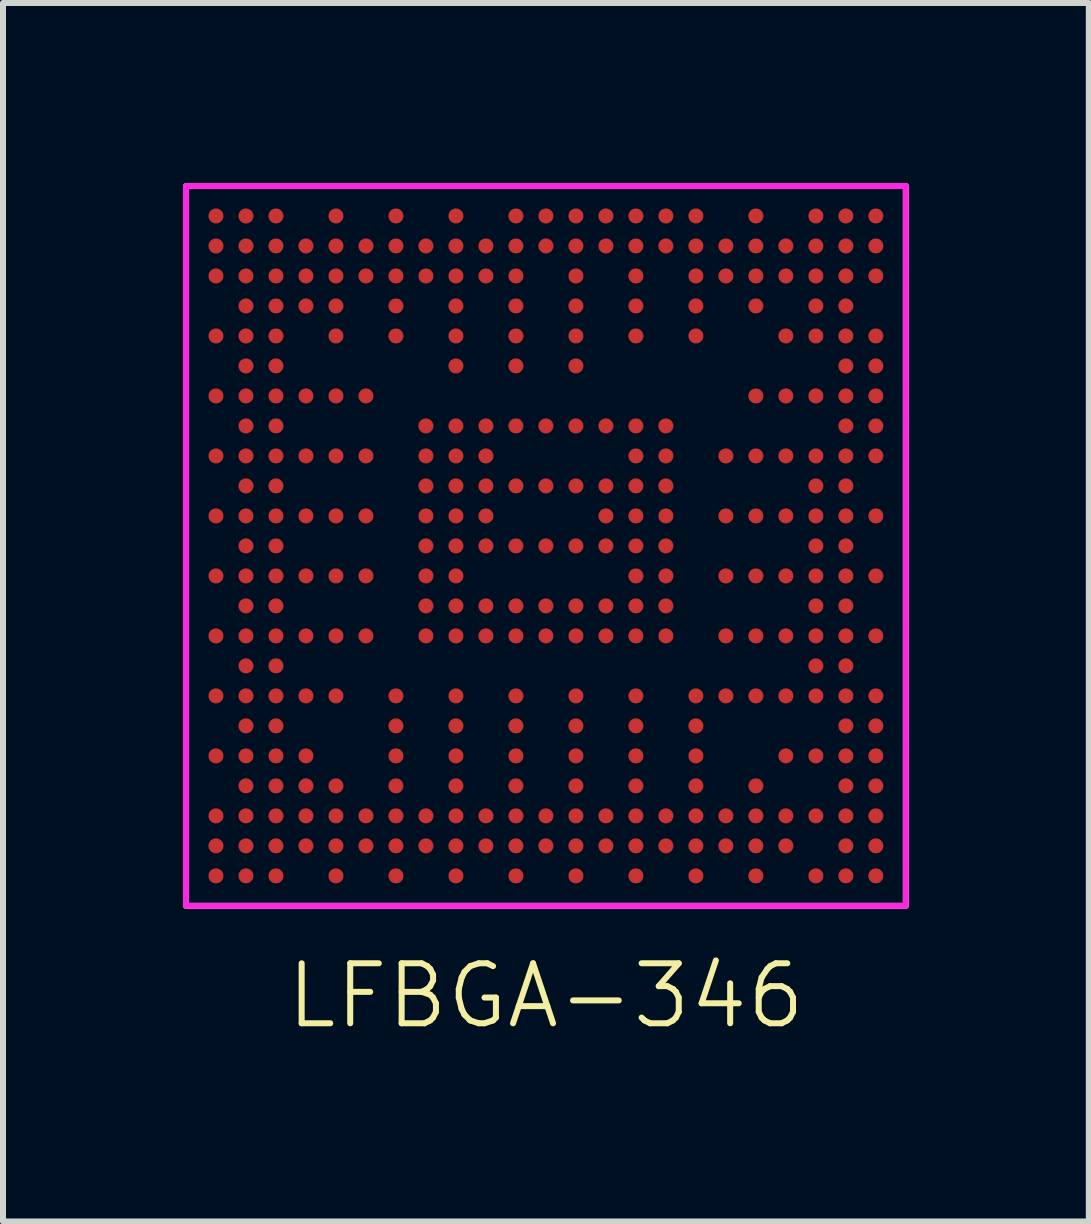
<source format=kicad_pcb>
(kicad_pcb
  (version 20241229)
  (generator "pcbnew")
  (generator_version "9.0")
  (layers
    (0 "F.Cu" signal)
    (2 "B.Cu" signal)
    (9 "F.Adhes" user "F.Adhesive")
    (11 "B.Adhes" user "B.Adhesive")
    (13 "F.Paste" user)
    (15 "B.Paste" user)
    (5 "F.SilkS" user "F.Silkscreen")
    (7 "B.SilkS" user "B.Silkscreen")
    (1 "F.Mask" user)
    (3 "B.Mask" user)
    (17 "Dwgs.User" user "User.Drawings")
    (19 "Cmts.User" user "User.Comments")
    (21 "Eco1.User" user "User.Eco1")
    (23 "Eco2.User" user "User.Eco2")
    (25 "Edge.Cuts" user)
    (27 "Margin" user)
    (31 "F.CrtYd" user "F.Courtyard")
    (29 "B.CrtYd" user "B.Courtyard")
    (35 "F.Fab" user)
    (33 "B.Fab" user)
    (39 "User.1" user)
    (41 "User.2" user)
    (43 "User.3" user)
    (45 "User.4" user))
  (footprint "LFBGA-346"
    (layer "F.Cu")
    (at 6.05 6.05)
    (property "Reference" "LFBGA-346" (at 0 7.5 0) (unlocked yes) (layer "F.SilkS") (effects (font (size 1 1) (thickness 0.1))))
    (attr smd)
    (fp_rect (start -6 -6) (end 6 6) (stroke (width 0.1) (type solid)) (fill no) (layer "F.SilkS"))
    (fp_rect (start -6 -6) (end 6 6) (stroke (width 0.1) (type solid)) (fill no) (layer "F.CrtYd"))
    (pad "A1" smd circle (at -5.5 -5.5) (size 0.25 0.25) (layers "F.Cu" "F.Mask" "F.Paste"))
    (pad "A2" smd circle (at -5 -5.5) (size 0.25 0.25) (layers "F.Cu" "F.Mask" "F.Paste"))
    (pad "A3" smd circle (at -4.5 -5.5) (size 0.25 0.25) (layers "F.Cu" "F.Mask" "F.Paste"))
    (pad "A5" smd circle (at -3.5 -5.5) (size 0.25 0.25) (layers "F.Cu" "F.Mask" "F.Paste"))
    (pad "A7" smd circle (at -2.5 -5.5) (size 0.25 0.25) (layers "F.Cu" "F.Mask" "F.Paste"))
    (pad "A9" smd circle (at -1.5 -5.5) (size 0.25 0.25) (layers "F.Cu" "F.Mask" "F.Paste"))
    (pad "A11" smd circle (at -0.5 -5.5) (size 0.25 0.25) (layers "F.Cu" "F.Mask" "F.Paste"))
    (pad "A12" smd circle (at 0 -5.5) (size 0.25 0.25) (layers "F.Cu" "F.Mask" "F.Paste"))
    (pad "A13" smd circle (at 0.5 -5.5) (size 0.25 0.25) (layers "F.Cu" "F.Mask" "F.Paste"))
    (pad "A14" smd circle (at 1 -5.5) (size 0.25 0.25) (layers "F.Cu" "F.Mask" "F.Paste"))
    (pad "A15" smd circle (at 1.5 -5.5) (size 0.25 0.25) (layers "F.Cu" "F.Mask" "F.Paste"))
    (pad "A16" smd circle (at 2 -5.5) (size 0.25 0.25) (layers "F.Cu" "F.Mask" "F.Paste"))
    (pad "A17" smd circle (at 2.5 -5.5) (size 0.25 0.25) (layers "F.Cu" "F.Mask" "F.Paste"))
    (pad "A19" smd circle (at 3.5 -5.5) (size 0.25 0.25) (layers "F.Cu" "F.Mask" "F.Paste"))
    (pad "A21" smd circle (at 4.5 -5.5) (size 0.25 0.25) (layers "F.Cu" "F.Mask" "F.Paste"))
    (pad "A22" smd circle (at 5 -5.5) (size 0.25 0.25) (layers "F.Cu" "F.Mask" "F.Paste"))
    (pad "A23" smd circle (at 5.5 -5.5) (size 0.25 0.25) (layers "F.Cu" "F.Mask" "F.Paste"))
    (pad "AA1" smd circle (at -5.5 4.5) (size 0.25 0.25) (layers "F.Cu" "F.Mask" "F.Paste"))
    (pad "AA2" smd circle (at -5 4.5) (size 0.25 0.25) (layers "F.Cu" "F.Mask" "F.Paste"))
    (pad "AA3" smd circle (at -4.5 4.5) (size 0.25 0.25) (layers "F.Cu" "F.Mask" "F.Paste"))
    (pad "AA4" smd circle (at -4 4.5) (size 0.25 0.25) (layers "F.Cu" "F.Mask" "F.Paste"))
    (pad "AA5" smd circle (at -3.5 4.5) (size 0.25 0.25) (layers "F.Cu" "F.Mask" "F.Paste"))
    (pad "AA6" smd circle (at -3 4.5) (size 0.25 0.25) (layers "F.Cu" "F.Mask" "F.Paste"))
    (pad "AA7" smd circle (at -2.5 4.5) (size 0.25 0.25) (layers "F.Cu" "F.Mask" "F.Paste"))
    (pad "AA8" smd circle (at -2 4.5) (size 0.25 0.25) (layers "F.Cu" "F.Mask" "F.Paste"))
    (pad "AA9" smd circle (at -1.5 4.5) (size 0.25 0.25) (layers "F.Cu" "F.Mask" "F.Paste"))
    (pad "AA10" smd circle (at -1 4.5) (size 0.25 0.25) (layers "F.Cu" "F.Mask" "F.Paste"))
    (pad "AA11" smd circle (at -0.5 4.5) (size 0.25 0.25) (layers "F.Cu" "F.Mask" "F.Paste"))
    (pad "AA12" smd circle (at 0 4.5) (size 0.25 0.25) (layers "F.Cu" "F.Mask" "F.Paste"))
    (pad "AA13" smd circle (at 0.5 4.5) (size 0.25 0.25) (layers "F.Cu" "F.Mask" "F.Paste"))
    (pad "AA14" smd circle (at 1 4.5) (size 0.25 0.25) (layers "F.Cu" "F.Mask" "F.Paste"))
    (pad "AA15" smd circle (at 1.5 4.5) (size 0.25 0.25) (layers "F.Cu" "F.Mask" "F.Paste"))
    (pad "AA16" smd circle (at 2 4.5) (size 0.25 0.25) (layers "F.Cu" "F.Mask" "F.Paste"))
    (pad "AA17" smd circle (at 2.5 4.5) (size 0.25 0.25) (layers "F.Cu" "F.Mask" "F.Paste"))
    (pad "AA18" smd circle (at 3 4.5) (size 0.25 0.25) (layers "F.Cu" "F.Mask" "F.Paste"))
    (pad "AA19" smd circle (at 3.5 4.5) (size 0.25 0.25) (layers "F.Cu" "F.Mask" "F.Paste"))
    (pad "AA20" smd circle (at 4 4.5) (size 0.25 0.25) (layers "F.Cu" "F.Mask" "F.Paste"))
    (pad "AA21" smd circle (at 4.5 4.5) (size 0.25 0.25) (layers "F.Cu" "F.Mask" "F.Paste"))
    (pad "AA22" smd circle (at 5 4.5) (size 0.25 0.25) (layers "F.Cu" "F.Mask" "F.Paste"))
    (pad "AA23" smd circle (at 5.5 4.5) (size 0.25 0.25) (layers "F.Cu" "F.Mask" "F.Paste"))
    (pad "AB1" smd circle (at -5.5 5) (size 0.25 0.25) (layers "F.Cu" "F.Mask" "F.Paste"))
    (pad "AB2" smd circle (at -5 5) (size 0.25 0.25) (layers "F.Cu" "F.Mask" "F.Paste"))
    (pad "AB3" smd circle (at -4.5 5) (size 0.25 0.25) (layers "F.Cu" "F.Mask" "F.Paste"))
    (pad "AB4" smd circle (at -4 5) (size 0.25 0.25) (layers "F.Cu" "F.Mask" "F.Paste"))
    (pad "AB5" smd circle (at -3.5 5) (size 0.25 0.25) (layers "F.Cu" "F.Mask" "F.Paste"))
    (pad "AB6" smd circle (at -3 5) (size 0.25 0.25) (layers "F.Cu" "F.Mask" "F.Paste"))
    (pad "AB7" smd circle (at -2.5 5) (size 0.25 0.25) (layers "F.Cu" "F.Mask" "F.Paste"))
    (pad "AB8" smd circle (at -2 5) (size 0.25 0.25) (layers "F.Cu" "F.Mask" "F.Paste"))
    (pad "AB9" smd circle (at -1.5 5) (size 0.25 0.25) (layers "F.Cu" "F.Mask" "F.Paste"))
    (pad "AB10" smd circle (at -1 5) (size 0.25 0.25) (layers "F.Cu" "F.Mask" "F.Paste"))
    (pad "AB11" smd circle (at -0.5 5) (size 0.25 0.25) (layers "F.Cu" "F.Mask" "F.Paste"))
    (pad "AB12" smd circle (at 0 5) (size 0.25 0.25) (layers "F.Cu" "F.Mask" "F.Paste"))
    (pad "AB13" smd circle (at 0.5 5) (size 0.25 0.25) (layers "F.Cu" "F.Mask" "F.Paste"))
    (pad "AB14" smd circle (at 1 5) (size 0.25 0.25) (layers "F.Cu" "F.Mask" "F.Paste"))
    (pad "AB15" smd circle (at 1.5 5) (size 0.25 0.25) (layers "F.Cu" "F.Mask" "F.Paste"))
    (pad "AB16" smd circle (at 2 5) (size 0.25 0.25) (layers "F.Cu" "F.Mask" "F.Paste"))
    (pad "AB17" smd circle (at 2.5 5) (size 0.25 0.25) (layers "F.Cu" "F.Mask" "F.Paste"))
    (pad "AB18" smd circle (at 3 5) (size 0.25 0.25) (layers "F.Cu" "F.Mask" "F.Paste"))
    (pad "AB19" smd circle (at 3.5 5) (size 0.25 0.25) (layers "F.Cu" "F.Mask" "F.Paste"))
    (pad "AB20" smd circle (at 4 5) (size 0.25 0.25) (layers "F.Cu" "F.Mask" "F.Paste"))
    (pad "AB22" smd circle (at 5 5) (size 0.25 0.25) (layers "F.Cu" "F.Mask" "F.Paste"))
    (pad "AB23" smd circle (at 5.5 5) (size 0.25 0.25) (layers "F.Cu" "F.Mask" "F.Paste"))
    (pad "AC1" smd circle (at -5.5 5.5) (size 0.25 0.25) (layers "F.Cu" "F.Mask" "F.Paste"))
    (pad "AC2" smd circle (at -5 5.5) (size 0.25 0.25) (layers "F.Cu" "F.Mask" "F.Paste"))
    (pad "AC3" smd circle (at -4.5 5.5) (size 0.25 0.25) (layers "F.Cu" "F.Mask" "F.Paste"))
    (pad "AC5" smd circle (at -3.5 5.5) (size 0.25 0.25) (layers "F.Cu" "F.Mask" "F.Paste"))
    (pad "AC7" smd circle (at -2.5 5.5) (size 0.25 0.25) (layers "F.Cu" "F.Mask" "F.Paste"))
    (pad "AC9" smd circle (at -1.5 5.5) (size 0.25 0.25) (layers "F.Cu" "F.Mask" "F.Paste"))
    (pad "AC11" smd circle (at -0.5 5.5) (size 0.25 0.25) (layers "F.Cu" "F.Mask" "F.Paste"))
    (pad "AC13" smd circle (at 0.5 5.5) (size 0.25 0.25) (layers "F.Cu" "F.Mask" "F.Paste"))
    (pad "AC15" smd circle (at 1.5 5.5) (size 0.25 0.25) (layers "F.Cu" "F.Mask" "F.Paste"))
    (pad "AC17" smd circle (at 2.5 5.5) (size 0.25 0.25) (layers "F.Cu" "F.Mask" "F.Paste"))
    (pad "AC19" smd circle (at 3.5 5.5) (size 0.25 0.25) (layers "F.Cu" "F.Mask" "F.Paste"))
    (pad "AC21" smd circle (at 4.5 5.5) (size 0.25 0.25) (layers "F.Cu" "F.Mask" "F.Paste"))
    (pad "AC22" smd circle (at 5 5.5) (size 0.25 0.25) (layers "F.Cu" "F.Mask" "F.Paste"))
    (pad "AC23" smd circle (at 5.5 5.5) (size 0.25 0.25) (layers "F.Cu" "F.Mask" "F.Paste"))
    (pad "B1" smd circle (at -5.5 -5) (size 0.25 0.25) (layers "F.Cu" "F.Mask" "F.Paste"))
    (pad "B2" smd circle (at -5 -5) (size 0.25 0.25) (layers "F.Cu" "F.Mask" "F.Paste"))
    (pad "B3" smd circle (at -4.5 -5) (size 0.25 0.25) (layers "F.Cu" "F.Mask" "F.Paste"))
    (pad "B4" smd circle (at -4 -5) (size 0.25 0.25) (layers "F.Cu" "F.Mask" "F.Paste"))
    (pad "B5" smd circle (at -3.5 -5) (size 0.25 0.25) (layers "F.Cu" "F.Mask" "F.Paste"))
    (pad "B6" smd circle (at -3 -5) (size 0.25 0.25) (layers "F.Cu" "F.Mask" "F.Paste"))
    (pad "B7" smd circle (at -2.5 -5) (size 0.25 0.25) (layers "F.Cu" "F.Mask" "F.Paste"))
    (pad "B8" smd circle (at -2 -5) (size 0.25 0.25) (layers "F.Cu" "F.Mask" "F.Paste"))
    (pad "B9" smd circle (at -1.5 -5) (size 0.25 0.25) (layers "F.Cu" "F.Mask" "F.Paste"))
    (pad "B10" smd circle (at -1 -5) (size 0.25 0.25) (layers "F.Cu" "F.Mask" "F.Paste"))
    (pad "B11" smd circle (at -0.5 -5) (size 0.25 0.25) (layers "F.Cu" "F.Mask" "F.Paste"))
    (pad "B12" smd circle (at 0 -5) (size 0.25 0.25) (layers "F.Cu" "F.Mask" "F.Paste"))
    (pad "B13" smd circle (at 0.5 -5) (size 0.25 0.25) (layers "F.Cu" "F.Mask" "F.Paste"))
    (pad "B14" smd circle (at 1 -5) (size 0.25 0.25) (layers "F.Cu" "F.Mask" "F.Paste"))
    (pad "B15" smd circle (at 1.5 -5) (size 0.25 0.25) (layers "F.Cu" "F.Mask" "F.Paste"))
    (pad "B16" smd circle (at 2 -5) (size 0.25 0.25) (layers "F.Cu" "F.Mask" "F.Paste"))
    (pad "B17" smd circle (at 2.5 -5) (size 0.25 0.25) (layers "F.Cu" "F.Mask" "F.Paste"))
    (pad "B18" smd circle (at 3 -5) (size 0.25 0.25) (layers "F.Cu" "F.Mask" "F.Paste"))
    (pad "B19" smd circle (at 3.5 -5) (size 0.25 0.25) (layers "F.Cu" "F.Mask" "F.Paste"))
    (pad "B20" smd circle (at 4 -5) (size 0.25 0.25) (layers "F.Cu" "F.Mask" "F.Paste"))
    (pad "B21" smd circle (at 4.5 -5) (size 0.25 0.25) (layers "F.Cu" "F.Mask" "F.Paste"))
    (pad "B22" smd circle (at 5 -5) (size 0.25 0.25) (layers "F.Cu" "F.Mask" "F.Paste"))
    (pad "B23" smd circle (at 5.5 -5) (size 0.25 0.25) (layers "F.Cu" "F.Mask" "F.Paste"))
    (pad "C1" smd circle (at -5.5 -4.5) (size 0.25 0.25) (layers "F.Cu" "F.Mask" "F.Paste"))
    (pad "C2" smd circle (at -5 -4.5) (size 0.25 0.25) (layers "F.Cu" "F.Mask" "F.Paste"))
    (pad "C3" smd circle (at -4.5 -4.5) (size 0.25 0.25) (layers "F.Cu" "F.Mask" "F.Paste"))
    (pad "C4" smd circle (at -4 -4.5) (size 0.25 0.25) (layers "F.Cu" "F.Mask" "F.Paste"))
    (pad "C5" smd circle (at -3.5 -4.5) (size 0.25 0.25) (layers "F.Cu" "F.Mask" "F.Paste"))
    (pad "C6" smd circle (at -3 -4.5) (size 0.25 0.25) (layers "F.Cu" "F.Mask" "F.Paste"))
    (pad "C7" smd circle (at -2.5 -4.5) (size 0.25 0.25) (layers "F.Cu" "F.Mask" "F.Paste"))
    (pad "C8" smd circle (at -2 -4.5) (size 0.25 0.25) (layers "F.Cu" "F.Mask" "F.Paste"))
    (pad "C9" smd circle (at -1.5 -4.5) (size 0.25 0.25) (layers "F.Cu" "F.Mask" "F.Paste"))
    (pad "C10" smd circle (at -1 -4.5) (size 0.25 0.25) (layers "F.Cu" "F.Mask" "F.Paste"))
    (pad "C11" smd circle (at -0.5 -4.5) (size 0.25 0.25) (layers "F.Cu" "F.Mask" "F.Paste"))
    (pad "C13" smd circle (at 0.5 -4.5) (size 0.25 0.25) (layers "F.Cu" "F.Mask" "F.Paste"))
    (pad "C15" smd circle (at 1.5 -4.5) (size 0.25 0.25) (layers "F.Cu" "F.Mask" "F.Paste"))
    (pad "C17" smd circle (at 2.5 -4.5) (size 0.25 0.25) (layers "F.Cu" "F.Mask" "F.Paste"))
    (pad "C18" smd circle (at 3 -4.5) (size 0.25 0.25) (layers "F.Cu" "F.Mask" "F.Paste"))
    (pad "C19" smd circle (at 3.5 -4.5) (size 0.25 0.25) (layers "F.Cu" "F.Mask" "F.Paste"))
    (pad "C20" smd circle (at 4 -4.5) (size 0.25 0.25) (layers "F.Cu" "F.Mask" "F.Paste"))
    (pad "C21" smd circle (at 4.5 -4.5) (size 0.25 0.25) (layers "F.Cu" "F.Mask" "F.Paste"))
    (pad "C22" smd circle (at 5 -4.5) (size 0.25 0.25) (layers "F.Cu" "F.Mask" "F.Paste"))
    (pad "C23" smd circle (at 5.5 -4.5) (size 0.25 0.25) (layers "F.Cu" "F.Mask" "F.Paste"))
    (pad "D2" smd circle (at -5 -4) (size 0.25 0.25) (layers "F.Cu" "F.Mask" "F.Paste"))
    (pad "D3" smd circle (at -4.5 -4) (size 0.25 0.25) (layers "F.Cu" "F.Mask" "F.Paste"))
    (pad "D4" smd circle (at -4 -4) (size 0.25 0.25) (layers "F.Cu" "F.Mask" "F.Paste"))
    (pad "D5" smd circle (at -3.5 -4) (size 0.25 0.25) (layers "F.Cu" "F.Mask" "F.Paste"))
    (pad "D7" smd circle (at -2.5 -4) (size 0.25 0.25) (layers "F.Cu" "F.Mask" "F.Paste"))
    (pad "D9" smd circle (at -1.5 -4) (size 0.25 0.25) (layers "F.Cu" "F.Mask" "F.Paste"))
    (pad "D11" smd circle (at -0.5 -4) (size 0.25 0.25) (layers "F.Cu" "F.Mask" "F.Paste"))
    (pad "D13" smd circle (at 0.5 -4) (size 0.25 0.25) (layers "F.Cu" "F.Mask" "F.Paste"))
    (pad "D15" smd circle (at 1.5 -4) (size 0.25 0.25) (layers "F.Cu" "F.Mask" "F.Paste"))
    (pad "D17" smd circle (at 2.5 -4) (size 0.25 0.25) (layers "F.Cu" "F.Mask" "F.Paste"))
    (pad "D19" smd circle (at 3.5 -4) (size 0.25 0.25) (layers "F.Cu" "F.Mask" "F.Paste"))
    (pad "D21" smd circle (at 4.5 -4) (size 0.25 0.25) (layers "F.Cu" "F.Mask" "F.Paste"))
    (pad "D22" smd circle (at 5 -4) (size 0.25 0.25) (layers "F.Cu" "F.Mask" "F.Paste"))
    (pad "E1" smd circle (at -5.5 -3.5) (size 0.25 0.25) (layers "F.Cu" "F.Mask" "F.Paste"))
    (pad "E2" smd circle (at -5 -3.5) (size 0.25 0.25) (layers "F.Cu" "F.Mask" "F.Paste"))
    (pad "E3" smd circle (at -4.5 -3.5) (size 0.25 0.25) (layers "F.Cu" "F.Mask" "F.Paste"))
    (pad "E5" smd circle (at -3.5 -3.5) (size 0.25 0.25) (layers "F.Cu" "F.Mask" "F.Paste"))
    (pad "E7" smd circle (at -2.5 -3.5) (size 0.25 0.25) (layers "F.Cu" "F.Mask" "F.Paste"))
    (pad "E9" smd circle (at -1.5 -3.5) (size 0.25 0.25) (layers "F.Cu" "F.Mask" "F.Paste"))
    (pad "E11" smd circle (at -0.5 -3.5) (size 0.25 0.25) (layers "F.Cu" "F.Mask" "F.Paste"))
    (pad "E13" smd circle (at 0.5 -3.5) (size 0.25 0.25) (layers "F.Cu" "F.Mask" "F.Paste"))
    (pad "E15" smd circle (at 1.5 -3.5) (size 0.25 0.25) (layers "F.Cu" "F.Mask" "F.Paste"))
    (pad "E17" smd circle (at 2.5 -3.5) (size 0.25 0.25) (layers "F.Cu" "F.Mask" "F.Paste"))
    (pad "E20" smd circle (at 4 -3.5) (size 0.25 0.25) (layers "F.Cu" "F.Mask" "F.Paste"))
    (pad "E21" smd circle (at 4.5 -3.5) (size 0.25 0.25) (layers "F.Cu" "F.Mask" "F.Paste"))
    (pad "E22" smd circle (at 5 -3.5) (size 0.25 0.25) (layers "F.Cu" "F.Mask" "F.Paste"))
    (pad "E23" smd circle (at 5.5 -3.5) (size 0.25 0.25) (layers "F.Cu" "F.Mask" "F.Paste"))
    (pad "F2" smd circle (at -5 -3) (size 0.25 0.25) (layers "F.Cu" "F.Mask" "F.Paste"))
    (pad "F3" smd circle (at -4.5 -3) (size 0.25 0.25) (layers "F.Cu" "F.Mask" "F.Paste"))
    (pad "F9" smd circle (at -1.5 -3) (size 0.25 0.25) (layers "F.Cu" "F.Mask" "F.Paste"))
    (pad "F11" smd circle (at -0.5 -3) (size 0.25 0.25) (layers "F.Cu" "F.Mask" "F.Paste"))
    (pad "F13" smd circle (at 0.5 -3) (size 0.25 0.25) (layers "F.Cu" "F.Mask" "F.Paste"))
    (pad "F22" smd circle (at 5 -3) (size 0.25 0.25) (layers "F.Cu" "F.Mask" "F.Paste"))
    (pad "F23" smd circle (at 5.5 -3) (size 0.25 0.25) (layers "F.Cu" "F.Mask" "F.Paste"))
    (pad "G1" smd circle (at -5.5 -2.5) (size 0.25 0.25) (layers "F.Cu" "F.Mask" "F.Paste"))
    (pad "G2" smd circle (at -5 -2.5) (size 0.25 0.25) (layers "F.Cu" "F.Mask" "F.Paste"))
    (pad "G3" smd circle (at -4.5 -2.5) (size 0.25 0.25) (layers "F.Cu" "F.Mask" "F.Paste"))
    (pad "G4" smd circle (at -4 -2.5) (size 0.25 0.25) (layers "F.Cu" "F.Mask" "F.Paste"))
    (pad "G5" smd circle (at -3.5 -2.5) (size 0.25 0.25) (layers "F.Cu" "F.Mask" "F.Paste"))
    (pad "G6" smd circle (at -3 -2.5) (size 0.25 0.25) (layers "F.Cu" "F.Mask" "F.Paste"))
    (pad "G19" smd circle (at 3.5 -2.5) (size 0.25 0.25) (layers "F.Cu" "F.Mask" "F.Paste"))
    (pad "G20" smd circle (at 4 -2.5) (size 0.25 0.25) (layers "F.Cu" "F.Mask" "F.Paste"))
    (pad "G21" smd circle (at 4.5 -2.5) (size 0.25 0.25) (layers "F.Cu" "F.Mask" "F.Paste"))
    (pad "G22" smd circle (at 5 -2.5) (size 0.25 0.25) (layers "F.Cu" "F.Mask" "F.Paste"))
    (pad "G23" smd circle (at 5.5 -2.5) (size 0.25 0.25) (layers "F.Cu" "F.Mask" "F.Paste"))
    (pad "H2" smd circle (at -5 -2) (size 0.25 0.25) (layers "F.Cu" "F.Mask" "F.Paste"))
    (pad "H3" smd circle (at -4.5 -2) (size 0.25 0.25) (layers "F.Cu" "F.Mask" "F.Paste"))
    (pad "H8" smd circle (at -2 -2) (size 0.25 0.25) (layers "F.Cu" "F.Mask" "F.Paste"))
    (pad "H9" smd circle (at -1.5 -2) (size 0.25 0.25) (layers "F.Cu" "F.Mask" "F.Paste"))
    (pad "H10" smd circle (at -1 -2) (size 0.25 0.25) (layers "F.Cu" "F.Mask" "F.Paste"))
    (pad "H11" smd circle (at -0.5 -2) (size 0.25 0.25) (layers "F.Cu" "F.Mask" "F.Paste"))
    (pad "H12" smd circle (at 0 -2) (size 0.25 0.25) (layers "F.Cu" "F.Mask" "F.Paste"))
    (pad "H13" smd circle (at 0.5 -2) (size 0.25 0.25) (layers "F.Cu" "F.Mask" "F.Paste"))
    (pad "H14" smd circle (at 1 -2) (size 0.25 0.25) (layers "F.Cu" "F.Mask" "F.Paste"))
    (pad "H15" smd circle (at 1.5 -2) (size 0.25 0.25) (layers "F.Cu" "F.Mask" "F.Paste"))
    (pad "H16" smd circle (at 2 -2) (size 0.25 0.25) (layers "F.Cu" "F.Mask" "F.Paste"))
    (pad "H22" smd circle (at 5 -2) (size 0.25 0.25) (layers "F.Cu" "F.Mask" "F.Paste"))
    (pad "H23" smd circle (at 5.5 -2) (size 0.25 0.25) (layers "F.Cu" "F.Mask" "F.Paste"))
    (pad "J1" smd circle (at -5.5 -1.5) (size 0.25 0.25) (layers "F.Cu" "F.Mask" "F.Paste"))
    (pad "J2" smd circle (at -5 -1.5) (size 0.25 0.25) (layers "F.Cu" "F.Mask" "F.Paste"))
    (pad "J3" smd circle (at -4.5 -1.5) (size 0.25 0.25) (layers "F.Cu" "F.Mask" "F.Paste"))
    (pad "J4" smd circle (at -4 -1.5) (size 0.25 0.25) (layers "F.Cu" "F.Mask" "F.Paste"))
    (pad "J5" smd circle (at -3.5 -1.5) (size 0.25 0.25) (layers "F.Cu" "F.Mask" "F.Paste"))
    (pad "J6" smd circle (at -3 -1.5) (size 0.25 0.25) (layers "F.Cu" "F.Mask" "F.Paste"))
    (pad "J8" smd circle (at -2 -1.5) (size 0.25 0.25) (layers "F.Cu" "F.Mask" "F.Paste"))
    (pad "J9" smd circle (at -1.5 -1.5) (size 0.25 0.25) (layers "F.Cu" "F.Mask" "F.Paste"))
    (pad "J10" smd circle (at -1 -1.5) (size 0.25 0.25) (layers "F.Cu" "F.Mask" "F.Paste"))
    (pad "J15" smd circle (at 1.5 -1.5) (size 0.25 0.25) (layers "F.Cu" "F.Mask" "F.Paste"))
    (pad "J16" smd circle (at 2 -1.5) (size 0.25 0.25) (layers "F.Cu" "F.Mask" "F.Paste"))
    (pad "J18" smd circle (at 3 -1.5) (size 0.25 0.25) (layers "F.Cu" "F.Mask" "F.Paste"))
    (pad "J19" smd circle (at 3.5 -1.5) (size 0.25 0.25) (layers "F.Cu" "F.Mask" "F.Paste"))
    (pad "J20" smd circle (at 4 -1.5) (size 0.25 0.25) (layers "F.Cu" "F.Mask" "F.Paste"))
    (pad "J21" smd circle (at 4.5 -1.5) (size 0.25 0.25) (layers "F.Cu" "F.Mask" "F.Paste"))
    (pad "J22" smd circle (at 5 -1.5) (size 0.25 0.25) (layers "F.Cu" "F.Mask" "F.Paste"))
    (pad "J23" smd circle (at 5.5 -1.5) (size 0.25 0.25) (layers "F.Cu" "F.Mask" "F.Paste"))
    (pad "K2" smd circle (at -5 -1) (size 0.25 0.25) (layers "F.Cu" "F.Mask" "F.Paste"))
    (pad "K3" smd circle (at -4.5 -1) (size 0.25 0.25) (layers "F.Cu" "F.Mask" "F.Paste"))
    (pad "K8" smd circle (at -2 -1) (size 0.25 0.25) (layers "F.Cu" "F.Mask" "F.Paste"))
    (pad "K9" smd circle (at -1.5 -1) (size 0.25 0.25) (layers "F.Cu" "F.Mask" "F.Paste"))
    (pad "K10" smd circle (at -1 -1) (size 0.25 0.25) (layers "F.Cu" "F.Mask" "F.Paste"))
    (pad "K11" smd circle (at -0.5 -1) (size 0.25 0.25) (layers "F.Cu" "F.Mask" "F.Paste"))
    (pad "K12" smd circle (at 0 -1) (size 0.25 0.25) (layers "F.Cu" "F.Mask" "F.Paste"))
    (pad "K13" smd circle (at 0.5 -1) (size 0.25 0.25) (layers "F.Cu" "F.Mask" "F.Paste"))
    (pad "K14" smd circle (at 1 -1) (size 0.25 0.25) (layers "F.Cu" "F.Mask" "F.Paste"))
    (pad "K15" smd circle (at 1.5 -1) (size 0.25 0.25) (layers "F.Cu" "F.Mask" "F.Paste"))
    (pad "K16" smd circle (at 2 -1) (size 0.25 0.25) (layers "F.Cu" "F.Mask" "F.Paste"))
    (pad "K21" smd circle (at 4.5 -1) (size 0.25 0.25) (layers "F.Cu" "F.Mask" "F.Paste"))
    (pad "K22" smd circle (at 5 -1) (size 0.25 0.25) (layers "F.Cu" "F.Mask" "F.Paste"))
    (pad "L1" smd circle (at -5.5 -0.5) (size 0.25 0.25) (layers "F.Cu" "F.Mask" "F.Paste"))
    (pad "L2" smd circle (at -5 -0.5) (size 0.25 0.25) (layers "F.Cu" "F.Mask" "F.Paste"))
    (pad "L3" smd circle (at -4.5 -0.5) (size 0.25 0.25) (layers "F.Cu" "F.Mask" "F.Paste"))
    (pad "L4" smd circle (at -4 -0.5) (size 0.25 0.25) (layers "F.Cu" "F.Mask" "F.Paste"))
    (pad "L5" smd circle (at -3.5 -0.5) (size 0.25 0.25) (layers "F.Cu" "F.Mask" "F.Paste"))
    (pad "L6" smd circle (at -3 -0.5) (size 0.25 0.25) (layers "F.Cu" "F.Mask" "F.Paste"))
    (pad "L8" smd circle (at -2 -0.5) (size 0.25 0.25) (layers "F.Cu" "F.Mask" "F.Paste"))
    (pad "L9" smd circle (at -1.5 -0.5) (size 0.25 0.25) (layers "F.Cu" "F.Mask" "F.Paste"))
    (pad "L10" smd circle (at -1 -0.5) (size 0.25 0.25) (layers "F.Cu" "F.Mask" "F.Paste"))
    (pad "L14" smd circle (at 1 -0.5) (size 0.25 0.25) (layers "F.Cu" "F.Mask" "F.Paste"))
    (pad "L15" smd circle (at 1.5 -0.5) (size 0.25 0.25) (layers "F.Cu" "F.Mask" "F.Paste"))
    (pad "L16" smd circle (at 2 -0.5) (size 0.25 0.25) (layers "F.Cu" "F.Mask" "F.Paste"))
    (pad "L18" smd circle (at 3 -0.5) (size 0.25 0.25) (layers "F.Cu" "F.Mask" "F.Paste"))
    (pad "L19" smd circle (at 3.5 -0.5) (size 0.25 0.25) (layers "F.Cu" "F.Mask" "F.Paste"))
    (pad "L20" smd circle (at 4 -0.5) (size 0.25 0.25) (layers "F.Cu" "F.Mask" "F.Paste"))
    (pad "L21" smd circle (at 4.5 -0.5) (size 0.25 0.25) (layers "F.Cu" "F.Mask" "F.Paste"))
    (pad "L22" smd circle (at 5 -0.5) (size 0.25 0.25) (layers "F.Cu" "F.Mask" "F.Paste"))
    (pad "L23" smd circle (at 5.5 -0.5) (size 0.25 0.25) (layers "F.Cu" "F.Mask" "F.Paste"))
    (pad "M2" smd circle (at -5 0) (size 0.25 0.25) (layers "F.Cu" "F.Mask" "F.Paste"))
    (pad "M3" smd circle (at -4.5 0) (size 0.25 0.25) (layers "F.Cu" "F.Mask" "F.Paste"))
    (pad "M8" smd circle (at -2 0) (size 0.25 0.25) (layers "F.Cu" "F.Mask" "F.Paste"))
    (pad "M9" smd circle (at -1.5 0) (size 0.25 0.25) (layers "F.Cu" "F.Mask" "F.Paste"))
    (pad "M10" smd circle (at -1 0) (size 0.25 0.25) (layers "F.Cu" "F.Mask" "F.Paste"))
    (pad "M11" smd circle (at -0.5 0) (size 0.25 0.25) (layers "F.Cu" "F.Mask" "F.Paste"))
    (pad "M12" smd circle (at 0 0) (size 0.25 0.25) (layers "F.Cu" "F.Mask" "F.Paste"))
    (pad "M13" smd circle (at 0.5 0) (size 0.25 0.25) (layers "F.Cu" "F.Mask" "F.Paste"))
    (pad "M14" smd circle (at 1 0) (size 0.25 0.25) (layers "F.Cu" "F.Mask" "F.Paste"))
    (pad "M15" smd circle (at 1.5 0) (size 0.25 0.25) (layers "F.Cu" "F.Mask" "F.Paste"))
    (pad "M16" smd circle (at 2 0) (size 0.25 0.25) (layers "F.Cu" "F.Mask" "F.Paste"))
    (pad "M21" smd circle (at 4.5 0) (size 0.25 0.25) (layers "F.Cu" "F.Mask" "F.Paste"))
    (pad "M22" smd circle (at 5 0) (size 0.25 0.25) (layers "F.Cu" "F.Mask" "F.Paste"))
    (pad "N1" smd circle (at -5.5 0.5) (size 0.25 0.25) (layers "F.Cu" "F.Mask" "F.Paste"))
    (pad "N2" smd circle (at -5 0.5) (size 0.25 0.25) (layers "F.Cu" "F.Mask" "F.Paste"))
    (pad "N3" smd circle (at -4.5 0.5) (size 0.25 0.25) (layers "F.Cu" "F.Mask" "F.Paste"))
    (pad "N4" smd circle (at -4 0.5) (size 0.25 0.25) (layers "F.Cu" "F.Mask" "F.Paste"))
    (pad "N5" smd circle (at -3.5 0.5) (size 0.25 0.25) (layers "F.Cu" "F.Mask" "F.Paste"))
    (pad "N6" smd circle (at -3 0.5) (size 0.25 0.25) (layers "F.Cu" "F.Mask" "F.Paste"))
    (pad "N8" smd circle (at -2 0.5) (size 0.25 0.25) (layers "F.Cu" "F.Mask" "F.Paste"))
    (pad "N9" smd circle (at -1.5 0.5) (size 0.25 0.25) (layers "F.Cu" "F.Mask" "F.Paste"))
    (pad "N15" smd circle (at 1.5 0.5) (size 0.25 0.25) (layers "F.Cu" "F.Mask" "F.Paste"))
    (pad "N16" smd circle (at 2 0.5) (size 0.25 0.25) (layers "F.Cu" "F.Mask" "F.Paste"))
    (pad "N18" smd circle (at 3 0.5) (size 0.25 0.25) (layers "F.Cu" "F.Mask" "F.Paste"))
    (pad "N19" smd circle (at 3.5 0.5) (size 0.25 0.25) (layers "F.Cu" "F.Mask" "F.Paste"))
    (pad "N20" smd circle (at 4 0.5) (size 0.25 0.25) (layers "F.Cu" "F.Mask" "F.Paste"))
    (pad "N21" smd circle (at 4.5 0.5) (size 0.25 0.25) (layers "F.Cu" "F.Mask" "F.Paste"))
    (pad "N22" smd circle (at 5 0.5) (size 0.25 0.25) (layers "F.Cu" "F.Mask" "F.Paste"))
    (pad "N23" smd circle (at 5.5 0.5) (size 0.25 0.25) (layers "F.Cu" "F.Mask" "F.Paste"))
    (pad "P2" smd circle (at -5 1) (size 0.25 0.25) (layers "F.Cu" "F.Mask" "F.Paste"))
    (pad "P3" smd circle (at -4.5 1) (size 0.25 0.25) (layers "F.Cu" "F.Mask" "F.Paste"))
    (pad "P8" smd circle (at -2 1) (size 0.25 0.25) (layers "F.Cu" "F.Mask" "F.Paste"))
    (pad "P9" smd circle (at -1.5 1) (size 0.25 0.25) (layers "F.Cu" "F.Mask" "F.Paste"))
    (pad "P10" smd circle (at -1 1) (size 0.25 0.25) (layers "F.Cu" "F.Mask" "F.Paste"))
    (pad "P11" smd circle (at -0.5 1) (size 0.25 0.25) (layers "F.Cu" "F.Mask" "F.Paste"))
    (pad "P12" smd circle (at 0 1) (size 0.25 0.25) (layers "F.Cu" "F.Mask" "F.Paste"))
    (pad "P13" smd circle (at 0.5 1) (size 0.25 0.25) (layers "F.Cu" "F.Mask" "F.Paste"))
    (pad "P14" smd circle (at 1 1) (size 0.25 0.25) (layers "F.Cu" "F.Mask" "F.Paste"))
    (pad "P15" smd circle (at 1.5 1) (size 0.25 0.25) (layers "F.Cu" "F.Mask" "F.Paste"))
    (pad "P16" smd circle (at 2 1) (size 0.25 0.25) (layers "F.Cu" "F.Mask" "F.Paste"))
    (pad "P21" smd circle (at 4.5 1) (size 0.25 0.25) (layers "F.Cu" "F.Mask" "F.Paste"))
    (pad "P22" smd circle (at 5 1) (size 0.25 0.25) (layers "F.Cu" "F.Mask" "F.Paste"))
    (pad "R1" smd circle (at -5.5 1.5) (size 0.25 0.25) (layers "F.Cu" "F.Mask" "F.Paste"))
    (pad "R2" smd circle (at -5 1.5) (size 0.25 0.25) (layers "F.Cu" "F.Mask" "F.Paste"))
    (pad "R3" smd circle (at -4.5 1.5) (size 0.25 0.25) (layers "F.Cu" "F.Mask" "F.Paste"))
    (pad "R4" smd circle (at -4 1.5) (size 0.25 0.25) (layers "F.Cu" "F.Mask" "F.Paste"))
    (pad "R5" smd circle (at -3.5 1.5) (size 0.25 0.25) (layers "F.Cu" "F.Mask" "F.Paste"))
    (pad "R6" smd circle (at -3 1.5) (size 0.25 0.25) (layers "F.Cu" "F.Mask" "F.Paste"))
    (pad "R8" smd circle (at -2 1.5) (size 0.25 0.25) (layers "F.Cu" "F.Mask" "F.Paste"))
    (pad "R9" smd circle (at -1.5 1.5) (size 0.25 0.25) (layers "F.Cu" "F.Mask" "F.Paste"))
    (pad "R10" smd circle (at -1 1.5) (size 0.25 0.25) (layers "F.Cu" "F.Mask" "F.Paste"))
    (pad "R11" smd circle (at -0.5 1.5) (size 0.25 0.25) (layers "F.Cu" "F.Mask" "F.Paste"))
    (pad "R12" smd circle (at 0 1.5) (size 0.25 0.25) (layers "F.Cu" "F.Mask" "F.Paste"))
    (pad "R13" smd circle (at 0.5 1.5) (size 0.25 0.25) (layers "F.Cu" "F.Mask" "F.Paste"))
    (pad "R14" smd circle (at 1 1.5) (size 0.25 0.25) (layers "F.Cu" "F.Mask" "F.Paste"))
    (pad "R15" smd circle (at 1.5 1.5) (size 0.25 0.25) (layers "F.Cu" "F.Mask" "F.Paste"))
    (pad "R16" smd circle (at 2 1.5) (size 0.25 0.25) (layers "F.Cu" "F.Mask" "F.Paste"))
    (pad "R18" smd circle (at 3 1.5) (size 0.25 0.25) (layers "F.Cu" "F.Mask" "F.Paste"))
    (pad "R19" smd circle (at 3.5 1.5) (size 0.25 0.25) (layers "F.Cu" "F.Mask" "F.Paste"))
    (pad "R20" smd circle (at 4 1.5) (size 0.25 0.25) (layers "F.Cu" "F.Mask" "F.Paste"))
    (pad "R21" smd circle (at 4.5 1.5) (size 0.25 0.25) (layers "F.Cu" "F.Mask" "F.Paste"))
    (pad "R22" smd circle (at 5 1.5) (size 0.25 0.25) (layers "F.Cu" "F.Mask" "F.Paste"))
    (pad "R23" smd circle (at 5.5 1.5) (size 0.25 0.25) (layers "F.Cu" "F.Mask" "F.Paste"))
    (pad "T2" smd circle (at -5 2) (size 0.25 0.25) (layers "F.Cu" "F.Mask" "F.Paste"))
    (pad "T3" smd circle (at -4.5 2) (size 0.25 0.25) (layers "F.Cu" "F.Mask" "F.Paste"))
    (pad "T21" smd circle (at 4.5 2) (size 0.25 0.25) (layers "F.Cu" "F.Mask" "F.Paste"))
    (pad "T22" smd circle (at 5 2) (size 0.25 0.25) (layers "F.Cu" "F.Mask" "F.Paste"))
    (pad "U1" smd circle (at -5.5 2.5) (size 0.25 0.25) (layers "F.Cu" "F.Mask" "F.Paste"))
    (pad "U2" smd circle (at -5 2.5) (size 0.25 0.25) (layers "F.Cu" "F.Mask" "F.Paste"))
    (pad "U3" smd circle (at -4.5 2.5) (size 0.25 0.25) (layers "F.Cu" "F.Mask" "F.Paste"))
    (pad "U4" smd circle (at -4 2.5) (size 0.25 0.25) (layers "F.Cu" "F.Mask" "F.Paste"))
    (pad "U5" smd circle (at -3.5 2.5) (size 0.25 0.25) (layers "F.Cu" "F.Mask" "F.Paste"))
    (pad "U7" smd circle (at -2.5 2.5) (size 0.25 0.25) (layers "F.Cu" "F.Mask" "F.Paste"))
    (pad "U9" smd circle (at -1.5 2.5) (size 0.25 0.25) (layers "F.Cu" "F.Mask" "F.Paste"))
    (pad "U11" smd circle (at -0.5 2.5) (size 0.25 0.25) (layers "F.Cu" "F.Mask" "F.Paste"))
    (pad "U13" smd circle (at 0.5 2.5) (size 0.25 0.25) (layers "F.Cu" "F.Mask" "F.Paste"))
    (pad "U15" smd circle (at 1.5 2.5) (size 0.25 0.25) (layers "F.Cu" "F.Mask" "F.Paste"))
    (pad "U17" smd circle (at 2.5 2.5) (size 0.25 0.25) (layers "F.Cu" "F.Mask" "F.Paste"))
    (pad "U18" smd circle (at 3 2.5) (size 0.25 0.25) (layers "F.Cu" "F.Mask" "F.Paste"))
    (pad "U19" smd circle (at 3.5 2.5) (size 0.25 0.25) (layers "F.Cu" "F.Mask" "F.Paste"))
    (pad "U20" smd circle (at 4 2.5) (size 0.25 0.25) (layers "F.Cu" "F.Mask" "F.Paste"))
    (pad "U21" smd circle (at 4.5 2.5) (size 0.25 0.25) (layers "F.Cu" "F.Mask" "F.Paste"))
    (pad "U22" smd circle (at 5 2.5) (size 0.25 0.25) (layers "F.Cu" "F.Mask" "F.Paste"))
    (pad "U23" smd circle (at 5.5 2.5) (size 0.25 0.25) (layers "F.Cu" "F.Mask" "F.Paste"))
    (pad "V2" smd circle (at -5 3) (size 0.25 0.25) (layers "F.Cu" "F.Mask" "F.Paste"))
    (pad "V3" smd circle (at -4.5 3) (size 0.25 0.25) (layers "F.Cu" "F.Mask" "F.Paste"))
    (pad "V7" smd circle (at -2.5 3) (size 0.25 0.25) (layers "F.Cu" "F.Mask" "F.Paste"))
    (pad "V9" smd circle (at -1.5 3) (size 0.25 0.25) (layers "F.Cu" "F.Mask" "F.Paste"))
    (pad "V11" smd circle (at -0.5 3) (size 0.25 0.25) (layers "F.Cu" "F.Mask" "F.Paste"))
    (pad "V13" smd circle (at 0.5 3) (size 0.25 0.25) (layers "F.Cu" "F.Mask" "F.Paste"))
    (pad "V15" smd circle (at 1.5 3) (size 0.25 0.25) (layers "F.Cu" "F.Mask" "F.Paste"))
    (pad "V17" smd circle (at 2.5 3) (size 0.25 0.25) (layers "F.Cu" "F.Mask" "F.Paste"))
    (pad "V22" smd circle (at 5 3) (size 0.25 0.25) (layers "F.Cu" "F.Mask" "F.Paste"))
    (pad "V23" smd circle (at 5.5 3) (size 0.25 0.25) (layers "F.Cu" "F.Mask" "F.Paste"))
    (pad "W1" smd circle (at -5.5 3.5) (size 0.25 0.25) (layers "F.Cu" "F.Mask" "F.Paste"))
    (pad "W2" smd circle (at -5 3.5) (size 0.25 0.25) (layers "F.Cu" "F.Mask" "F.Paste"))
    (pad "W3" smd circle (at -4.5 3.5) (size 0.25 0.25) (layers "F.Cu" "F.Mask" "F.Paste"))
    (pad "W4" smd circle (at -4 3.5) (size 0.25 0.25) (layers "F.Cu" "F.Mask" "F.Paste"))
    (pad "W7" smd circle (at -2.5 3.5) (size 0.25 0.25) (layers "F.Cu" "F.Mask" "F.Paste"))
    (pad "W9" smd circle (at -1.5 3.5) (size 0.25 0.25) (layers "F.Cu" "F.Mask" "F.Paste"))
    (pad "W11" smd circle (at -0.5 3.5) (size 0.25 0.25) (layers "F.Cu" "F.Mask" "F.Paste"))
    (pad "W13" smd circle (at 0.5 3.5) (size 0.25 0.25) (layers "F.Cu" "F.Mask" "F.Paste"))
    (pad "W15" smd circle (at 1.5 3.5) (size 0.25 0.25) (layers "F.Cu" "F.Mask" "F.Paste"))
    (pad "W17" smd circle (at 2.5 3.5) (size 0.25 0.25) (layers "F.Cu" "F.Mask" "F.Paste"))
    (pad "W20" smd circle (at 4 3.5) (size 0.25 0.25) (layers "F.Cu" "F.Mask" "F.Paste"))
    (pad "W21" smd circle (at 4.5 3.5) (size 0.25 0.25) (layers "F.Cu" "F.Mask" "F.Paste"))
    (pad "W22" smd circle (at 5 3.5) (size 0.25 0.25) (layers "F.Cu" "F.Mask" "F.Paste"))
    (pad "W23" smd circle (at 5.5 3.5) (size 0.25 0.25) (layers "F.Cu" "F.Mask" "F.Paste"))
    (pad "Y2" smd circle (at -5 4) (size 0.25 0.25) (layers "F.Cu" "F.Mask" "F.Paste"))
    (pad "Y3" smd circle (at -4.5 4) (size 0.25 0.25) (layers "F.Cu" "F.Mask" "F.Paste"))
    (pad "Y4" smd circle (at -4 4) (size 0.25 0.25) (layers "F.Cu" "F.Mask" "F.Paste"))
    (pad "Y5" smd circle (at -3.5 4) (size 0.25 0.25) (layers "F.Cu" "F.Mask" "F.Paste"))
    (pad "Y7" smd circle (at -2.5 4) (size 0.25 0.25) (layers "F.Cu" "F.Mask" "F.Paste"))
    (pad "Y9" smd circle (at -1.5 4) (size 0.25 0.25) (layers "F.Cu" "F.Mask" "F.Paste"))
    (pad "Y11" smd circle (at -0.5 4) (size 0.25 0.25) (layers "F.Cu" "F.Mask" "F.Paste"))
    (pad "Y13" smd circle (at 0.5 4) (size 0.25 0.25) (layers "F.Cu" "F.Mask" "F.Paste"))
    (pad "Y15" smd circle (at 1.5 4) (size 0.25 0.25) (layers "F.Cu" "F.Mask" "F.Paste"))
    (pad "Y17" smd circle (at 2.5 4) (size 0.25 0.25) (layers "F.Cu" "F.Mask" "F.Paste"))
    (pad "Y19" smd circle (at 3.5 4) (size 0.25 0.25) (layers "F.Cu" "F.Mask" "F.Paste"))
    (pad "Y22" smd circle (at 5 4) (size 0.25 0.25) (layers "F.Cu" "F.Mask" "F.Paste"))
    (pad "Y23" smd circle (at 5.5 4) (size 0.25 0.25) (layers "F.Cu" "F.Mask" "F.Paste")))
  (gr_rect
    (start -3 -3)
    (end 15.1 17.311)
    (stroke (width 0.1) (type default))
    (fill no)
    (layer "Edge.Cuts")))
</source>
